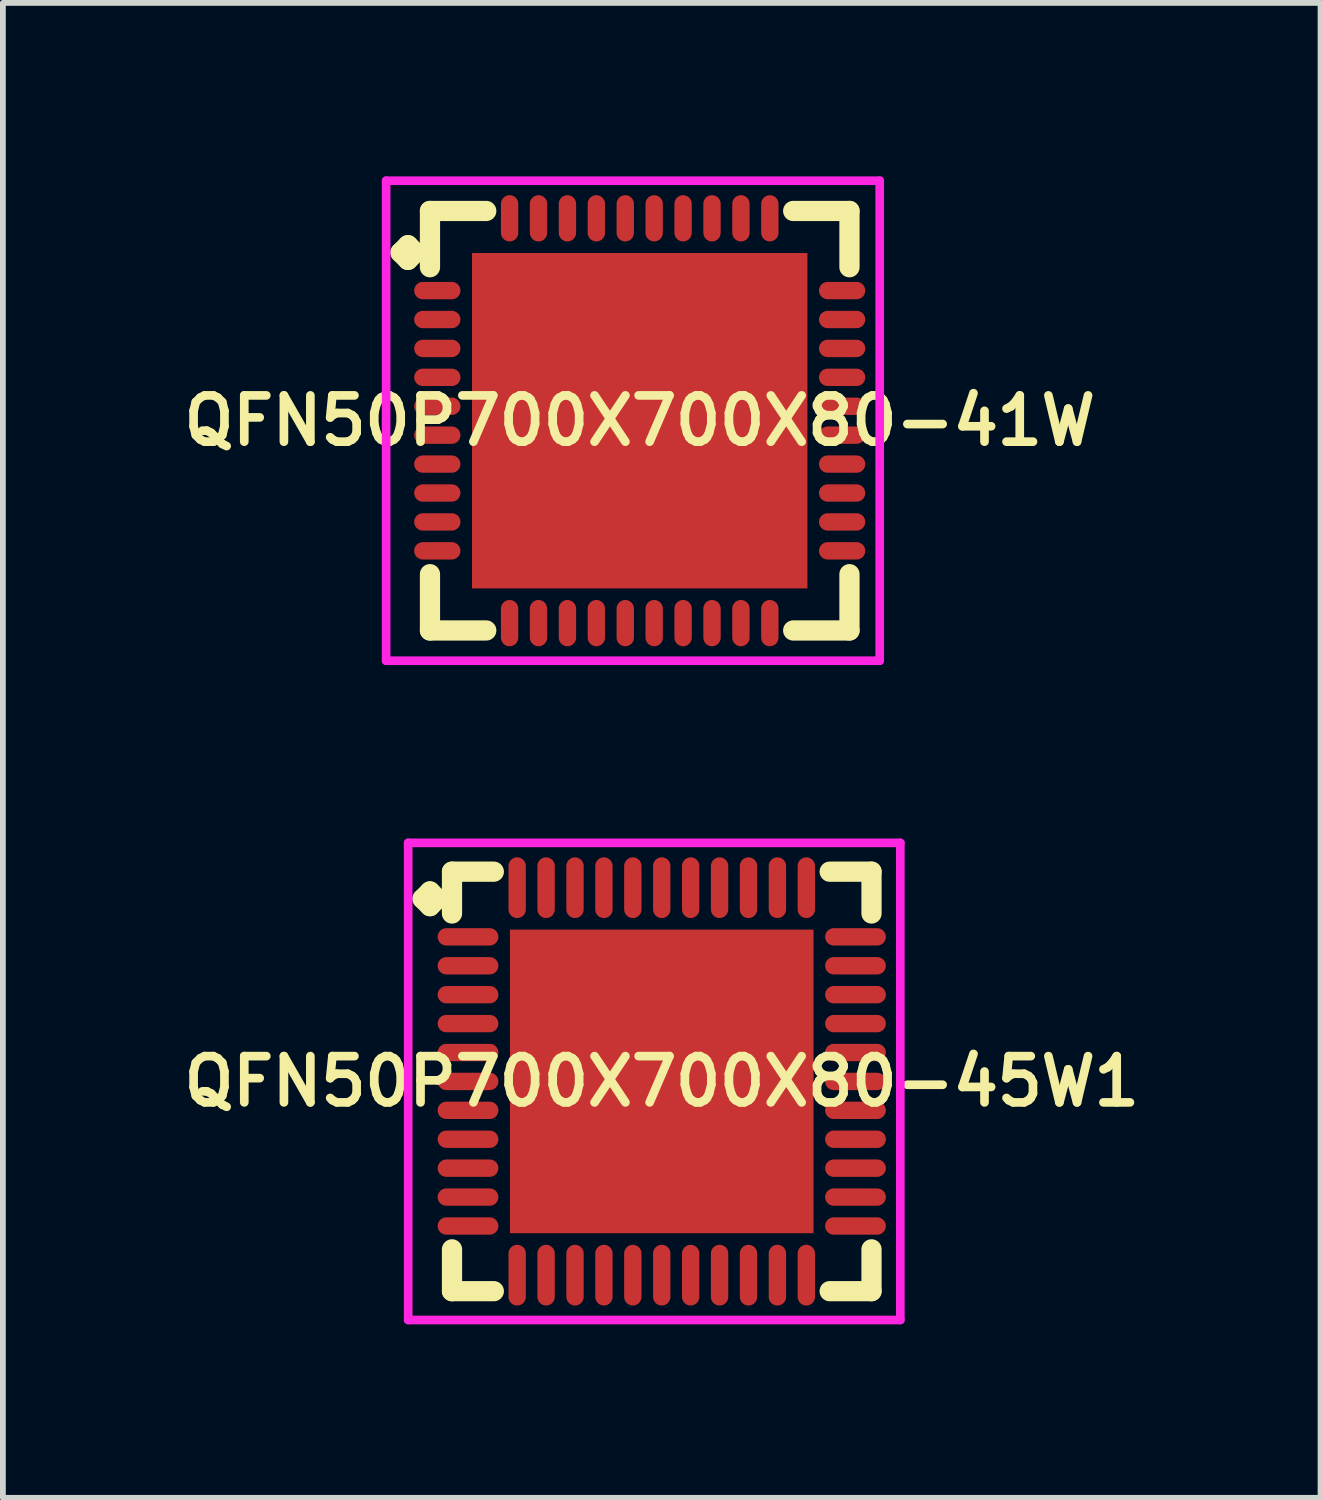
<source format=kicad_pcb>
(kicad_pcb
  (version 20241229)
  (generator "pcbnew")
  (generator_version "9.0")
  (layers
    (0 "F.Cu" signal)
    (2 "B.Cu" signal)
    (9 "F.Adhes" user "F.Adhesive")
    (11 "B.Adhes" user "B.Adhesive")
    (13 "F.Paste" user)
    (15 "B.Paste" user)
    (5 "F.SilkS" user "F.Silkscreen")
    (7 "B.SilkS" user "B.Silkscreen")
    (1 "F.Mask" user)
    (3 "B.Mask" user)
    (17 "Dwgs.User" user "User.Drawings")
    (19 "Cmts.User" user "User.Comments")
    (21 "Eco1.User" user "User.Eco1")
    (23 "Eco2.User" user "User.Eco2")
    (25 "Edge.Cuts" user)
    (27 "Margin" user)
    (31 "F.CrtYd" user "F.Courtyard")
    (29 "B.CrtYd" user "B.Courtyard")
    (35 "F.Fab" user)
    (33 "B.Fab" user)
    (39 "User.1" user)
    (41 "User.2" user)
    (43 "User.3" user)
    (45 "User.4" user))
  (footprint "QFN50P700X700X80-41W"
    (layer "F.Cu")
    (at 8.012 4.225)
    (property "Reference" "QFN50P700X700X80-41W" (at 0 0 0) (layer "F.SilkS") (effects (font (size 0.8 0.8) (thickness 0.15))))
    (attr smd)
    (fp_line (start -4.135 -2.908) (end -4.008 -3.035) (stroke (width 0.35) (type solid)) (layer "F.SilkS"))
    (fp_line (start -4.008 -3.035) (end -3.881 -2.908) (stroke (width 0.35) (type solid)) (layer "F.SilkS"))
    (fp_line (start -4.008 -2.781) (end -4.135 -2.908) (stroke (width 0.35) (type solid)) (layer "F.SilkS"))
    (fp_line (start -3.881 -2.908) (end -4.008 -2.781) (stroke (width 0.35) (type solid)) (layer "F.SilkS"))
    (fp_line (start -3.627 -3.627) (end -2.654 -3.627) (stroke (width 0.35) (type solid)) (layer "F.SilkS"))
    (fp_line (start -3.627 -2.654) (end -3.627 -3.627) (stroke (width 0.35) (type solid)) (layer "F.SilkS"))
    (fp_line (start -3.627 2.654) (end -3.627 3.627) (stroke (width 0.35) (type solid)) (layer "F.SilkS"))
    (fp_line (start -3.627 3.627) (end -2.654 3.627) (stroke (width 0.35) (type solid)) (layer "F.SilkS"))
    (fp_line (start 2.654 -3.627) (end 3.627 -3.627) (stroke (width 0.35) (type solid)) (layer "F.SilkS"))
    (fp_line (start 2.654 3.627) (end 3.627 3.627) (stroke (width 0.35) (type solid)) (layer "F.SilkS"))
    (fp_line (start 3.627 -3.627) (end 3.627 -2.654) (stroke (width 0.35) (type solid)) (layer "F.SilkS"))
    (fp_line (start 3.627 3.627) (end 3.627 2.654) (stroke (width 0.35) (type solid)) (layer "F.SilkS"))
    (fp_line (start -4.385 -4.15) (end 4.15 -4.15) (stroke (width 0.15) (type solid)) (layer "F.CrtYd"))
    (fp_line (start -4.385 4.15) (end -4.385 -4.15) (stroke (width 0.15) (type solid)) (layer "F.CrtYd"))
    (fp_line (start 4.15 -4.15) (end 4.15 4.15) (stroke (width 0.15) (type solid)) (layer "F.CrtYd"))
    (fp_line (start 4.15 4.15) (end -4.385 4.15) (stroke (width 0.15) (type solid)) (layer "F.CrtYd"))
    (pad "1" smd oval (at -3.5 -2.25) (size 0.8 0.3) (layers "F.Cu" "F.Mask" "F.Paste"))
    (pad "2" smd oval (at -3.5 -1.75) (size 0.8 0.3) (layers "F.Cu" "F.Mask" "F.Paste"))
    (pad "3" smd oval (at -3.5 -1.25) (size 0.8 0.3) (layers "F.Cu" "F.Mask" "F.Paste"))
    (pad "4" smd oval (at -3.5 -0.75) (size 0.8 0.3) (layers "F.Cu" "F.Mask" "F.Paste"))
    (pad "5" smd oval (at -3.5 -0.25) (size 0.8 0.3) (layers "F.Cu" "F.Mask" "F.Paste"))
    (pad "6" smd oval (at -3.5 0.25) (size 0.8 0.3) (layers "F.Cu" "F.Mask" "F.Paste"))
    (pad "7" smd oval (at -3.5 0.75) (size 0.8 0.3) (layers "F.Cu" "F.Mask" "F.Paste"))
    (pad "8" smd oval (at -3.5 1.25) (size 0.8 0.3) (layers "F.Cu" "F.Mask" "F.Paste"))
    (pad "9" smd oval (at -3.5 1.75) (size 0.8 0.3) (layers "F.Cu" "F.Mask" "F.Paste"))
    (pad "10" smd oval (at -3.5 2.25) (size 0.8 0.3) (layers "F.Cu" "F.Mask" "F.Paste"))
    (pad "11" smd oval (at -2.25 3.5) (size 0.3 0.8) (layers "F.Cu" "F.Mask" "F.Paste"))
    (pad "12" smd oval (at -1.75 3.5) (size 0.3 0.8) (layers "F.Cu" "F.Mask" "F.Paste"))
    (pad "13" smd oval (at -1.25 3.5) (size 0.3 0.8) (layers "F.Cu" "F.Mask" "F.Paste"))
    (pad "14" smd oval (at -0.75 3.5) (size 0.3 0.8) (layers "F.Cu" "F.Mask" "F.Paste"))
    (pad "15" smd oval (at -0.25 3.5) (size 0.3 0.8) (layers "F.Cu" "F.Mask" "F.Paste"))
    (pad "16" smd oval (at 0.25 3.5) (size 0.3 0.8) (layers "F.Cu" "F.Mask" "F.Paste"))
    (pad "17" smd oval (at 0.75 3.5) (size 0.3 0.8) (layers "F.Cu" "F.Mask" "F.Paste"))
    (pad "18" smd oval (at 1.25 3.5) (size 0.3 0.8) (layers "F.Cu" "F.Mask" "F.Paste"))
    (pad "19" smd oval (at 1.75 3.5) (size 0.3 0.8) (layers "F.Cu" "F.Mask" "F.Paste"))
    (pad "20" smd oval (at 2.25 3.5) (size 0.3 0.8) (layers "F.Cu" "F.Mask" "F.Paste"))
    (pad "21" smd oval (at 3.5 2.25) (size 0.8 0.3) (layers "F.Cu" "F.Mask" "F.Paste"))
    (pad "22" smd oval (at 3.5 1.75) (size 0.8 0.3) (layers "F.Cu" "F.Mask" "F.Paste"))
    (pad "23" smd oval (at 3.5 1.25) (size 0.8 0.3) (layers "F.Cu" "F.Mask" "F.Paste"))
    (pad "24" smd oval (at 3.5 0.75) (size 0.8 0.3) (layers "F.Cu" "F.Mask" "F.Paste"))
    (pad "25" smd oval (at 3.5 0.25) (size 0.8 0.3) (layers "F.Cu" "F.Mask" "F.Paste"))
    (pad "26" smd oval (at 3.5 -0.25) (size 0.8 0.3) (layers "F.Cu" "F.Mask" "F.Paste"))
    (pad "27" smd oval (at 3.5 -0.75) (size 0.8 0.3) (layers "F.Cu" "F.Mask" "F.Paste"))
    (pad "28" smd oval (at 3.5 -1.25) (size 0.8 0.3) (layers "F.Cu" "F.Mask" "F.Paste"))
    (pad "29" smd oval (at 3.5 -1.75) (size 0.8 0.3) (layers "F.Cu" "F.Mask" "F.Paste"))
    (pad "30" smd oval (at 3.5 -2.25) (size 0.8 0.3) (layers "F.Cu" "F.Mask" "F.Paste"))
    (pad "31" smd oval (at 2.25 -3.5) (size 0.3 0.8) (layers "F.Cu" "F.Mask" "F.Paste"))
    (pad "32" smd oval (at 1.75 -3.5) (size 0.3 0.8) (layers "F.Cu" "F.Mask" "F.Paste"))
    (pad "33" smd oval (at 1.25 -3.5) (size 0.3 0.8) (layers "F.Cu" "F.Mask" "F.Paste"))
    (pad "34" smd oval (at 0.75 -3.5) (size 0.3 0.8) (layers "F.Cu" "F.Mask" "F.Paste"))
    (pad "35" smd oval (at 0.25 -3.5) (size 0.3 0.8) (layers "F.Cu" "F.Mask" "F.Paste"))
    (pad "36" smd oval (at -0.25 -3.5) (size 0.3 0.8) (layers "F.Cu" "F.Mask" "F.Paste"))
    (pad "37" smd oval (at -0.75 -3.5) (size 0.3 0.8) (layers "F.Cu" "F.Mask" "F.Paste"))
    (pad "38" smd oval (at -1.25 -3.5) (size 0.3 0.8) (layers "F.Cu" "F.Mask" "F.Paste"))
    (pad "39" smd oval (at -1.75 -3.5) (size 0.3 0.8) (layers "F.Cu" "F.Mask" "F.Paste"))
    (pad "40" smd oval (at -2.25 -3.5) (size 0.3 0.8) (layers "F.Cu" "F.Mask" "F.Paste"))
    (pad "41" smd rect (at 0 0) (size 5.8 5.8) (layers "F.Cu" "F.Mask" "F.Paste")))
  (footprint "QFN50P700X700X80-45W1"
    (layer "F.Cu")
    (at 8.393 15.65)
    (property "Reference" "QFN50P700X700X80-45W1" (at 0 0 0) (layer "F.SilkS") (effects (font (size 0.8 0.8) (thickness 0.15))))
    (attr smd)
    (fp_line (start -4.135 -3.158) (end -4.008 -3.285) (stroke (width 0.35) (type solid)) (layer "F.SilkS"))
    (fp_line (start -4.008 -3.285) (end -3.881 -3.158) (stroke (width 0.35) (type solid)) (layer "F.SilkS"))
    (fp_line (start -4.008 -3.031) (end -4.135 -3.158) (stroke (width 0.35) (type solid)) (layer "F.SilkS"))
    (fp_line (start -3.881 -3.158) (end -4.008 -3.031) (stroke (width 0.35) (type solid)) (layer "F.SilkS"))
    (fp_line (start -3.627 -3.627) (end -2.904 -3.627) (stroke (width 0.35) (type solid)) (layer "F.SilkS"))
    (fp_line (start -3.627 -2.904) (end -3.627 -3.627) (stroke (width 0.35) (type solid)) (layer "F.SilkS"))
    (fp_line (start -3.627 2.904) (end -3.627 3.627) (stroke (width 0.35) (type solid)) (layer "F.SilkS"))
    (fp_line (start -3.627 3.627) (end -2.904 3.627) (stroke (width 0.35) (type solid)) (layer "F.SilkS"))
    (fp_line (start 2.904 -3.627) (end 3.627 -3.627) (stroke (width 0.35) (type solid)) (layer "F.SilkS"))
    (fp_line (start 2.904 3.627) (end 3.627 3.627) (stroke (width 0.35) (type solid)) (layer "F.SilkS"))
    (fp_line (start 3.627 -3.627) (end 3.627 -2.904) (stroke (width 0.35) (type solid)) (layer "F.SilkS"))
    (fp_line (start 3.627 3.627) (end 3.627 2.904) (stroke (width 0.35) (type solid)) (layer "F.SilkS"))
    (fp_line (start -4.385 -4.125) (end 4.125 -4.125) (stroke (width 0.15) (type solid)) (layer "F.CrtYd"))
    (fp_line (start -4.385 4.125) (end -4.385 -4.125) (stroke (width 0.15) (type solid)) (layer "F.CrtYd"))
    (fp_line (start 4.125 -4.125) (end 4.125 4.125) (stroke (width 0.15) (type solid)) (layer "F.CrtYd"))
    (fp_line (start 4.125 4.125) (end -4.385 4.125) (stroke (width 0.15) (type solid)) (layer "F.CrtYd"))
    (pad "1" smd oval (at -3.35 -2.5) (size 1.05 0.3) (layers "F.Cu" "F.Mask" "F.Paste"))
    (pad "2" smd oval (at -3.35 -2) (size 1.05 0.3) (layers "F.Cu" "F.Mask" "F.Paste"))
    (pad "3" smd oval (at -3.35 -1.5) (size 1.05 0.3) (layers "F.Cu" "F.Mask" "F.Paste"))
    (pad "4" smd oval (at -3.35 -1) (size 1.05 0.3) (layers "F.Cu" "F.Mask" "F.Paste"))
    (pad "5" smd oval (at -3.35 -0.5) (size 1.05 0.3) (layers "F.Cu" "F.Mask" "F.Paste"))
    (pad "6" smd oval (at -3.35 0) (size 1.05 0.3) (layers "F.Cu" "F.Mask" "F.Paste"))
    (pad "7" smd oval (at -3.35 0.5) (size 1.05 0.3) (layers "F.Cu" "F.Mask" "F.Paste"))
    (pad "8" smd oval (at -3.35 1) (size 1.05 0.3) (layers "F.Cu" "F.Mask" "F.Paste"))
    (pad "9" smd oval (at -3.35 1.5) (size 1.05 0.3) (layers "F.Cu" "F.Mask" "F.Paste"))
    (pad "10" smd oval (at -3.35 2) (size 1.05 0.3) (layers "F.Cu" "F.Mask" "F.Paste"))
    (pad "11" smd oval (at -3.35 2.5) (size 1.05 0.3) (layers "F.Cu" "F.Mask" "F.Paste"))
    (pad "12" smd oval (at -2.5 3.35) (size 0.3 1.05) (layers "F.Cu" "F.Mask" "F.Paste"))
    (pad "13" smd oval (at -2 3.35) (size 0.3 1.05) (layers "F.Cu" "F.Mask" "F.Paste"))
    (pad "14" smd oval (at -1.5 3.35) (size 0.3 1.05) (layers "F.Cu" "F.Mask" "F.Paste"))
    (pad "15" smd oval (at -1 3.35) (size 0.3 1.05) (layers "F.Cu" "F.Mask" "F.Paste"))
    (pad "16" smd oval (at -0.5 3.35) (size 0.3 1.05) (layers "F.Cu" "F.Mask" "F.Paste"))
    (pad "17" smd oval (at 0 3.35) (size 0.3 1.05) (layers "F.Cu" "F.Mask" "F.Paste"))
    (pad "18" smd oval (at 0.5 3.35) (size 0.3 1.05) (layers "F.Cu" "F.Mask" "F.Paste"))
    (pad "19" smd oval (at 1 3.35) (size 0.3 1.05) (layers "F.Cu" "F.Mask" "F.Paste"))
    (pad "20" smd oval (at 1.5 3.35) (size 0.3 1.05) (layers "F.Cu" "F.Mask" "F.Paste"))
    (pad "21" smd oval (at 2 3.35) (size 0.3 1.05) (layers "F.Cu" "F.Mask" "F.Paste"))
    (pad "22" smd oval (at 2.5 3.35) (size 0.3 1.05) (layers "F.Cu" "F.Mask" "F.Paste"))
    (pad "23" smd oval (at 3.35 2.5) (size 1.05 0.3) (layers "F.Cu" "F.Mask" "F.Paste"))
    (pad "24" smd oval (at 3.35 2) (size 1.05 0.3) (layers "F.Cu" "F.Mask" "F.Paste"))
    (pad "25" smd oval (at 3.35 1.5) (size 1.05 0.3) (layers "F.Cu" "F.Mask" "F.Paste"))
    (pad "26" smd oval (at 3.35 1) (size 1.05 0.3) (layers "F.Cu" "F.Mask" "F.Paste"))
    (pad "27" smd oval (at 3.35 0.5) (size 1.05 0.3) (layers "F.Cu" "F.Mask" "F.Paste"))
    (pad "28" smd oval (at 3.35 0) (size 1.05 0.3) (layers "F.Cu" "F.Mask" "F.Paste"))
    (pad "29" smd oval (at 3.35 -0.5) (size 1.05 0.3) (layers "F.Cu" "F.Mask" "F.Paste"))
    (pad "30" smd oval (at 3.35 -1) (size 1.05 0.3) (layers "F.Cu" "F.Mask" "F.Paste"))
    (pad "31" smd oval (at 3.35 -1.5) (size 1.05 0.3) (layers "F.Cu" "F.Mask" "F.Paste"))
    (pad "32" smd oval (at 3.35 -2) (size 1.05 0.3) (layers "F.Cu" "F.Mask" "F.Paste"))
    (pad "33" smd oval (at 3.35 -2.5) (size 1.05 0.3) (layers "F.Cu" "F.Mask" "F.Paste"))
    (pad "34" smd oval (at 2.5 -3.35) (size 0.3 1.05) (layers "F.Cu" "F.Mask" "F.Paste"))
    (pad "35" smd oval (at 2 -3.35) (size 0.3 1.05) (layers "F.Cu" "F.Mask" "F.Paste"))
    (pad "36" smd oval (at 1.5 -3.35) (size 0.3 1.05) (layers "F.Cu" "F.Mask" "F.Paste"))
    (pad "37" smd oval (at 1 -3.35) (size 0.3 1.05) (layers "F.Cu" "F.Mask" "F.Paste"))
    (pad "38" smd oval (at 0.5 -3.35) (size 0.3 1.05) (layers "F.Cu" "F.Mask" "F.Paste"))
    (pad "39" smd oval (at 0 -3.35) (size 0.3 1.05) (layers "F.Cu" "F.Mask" "F.Paste"))
    (pad "40" smd oval (at -0.5 -3.35) (size 0.3 1.05) (layers "F.Cu" "F.Mask" "F.Paste"))
    (pad "41" smd oval (at -1 -3.35) (size 0.3 1.05) (layers "F.Cu" "F.Mask" "F.Paste"))
    (pad "42" smd oval (at -1.5 -3.35) (size 0.3 1.05) (layers "F.Cu" "F.Mask" "F.Paste"))
    (pad "43" smd oval (at -2 -3.35) (size 0.3 1.05) (layers "F.Cu" "F.Mask" "F.Paste"))
    (pad "44" smd oval (at -2.5 -3.35) (size 0.3 1.05) (layers "F.Cu" "F.Mask" "F.Paste"))
    (pad "45" smd rect (at 0 0) (size 5.25 5.25) (layers "F.Cu" "F.Mask" "F.Paste")))
  (gr_rect
    (start -3 -3)
    (end 19.785 22.85)
    (stroke (width 0.1) (type default))
    (fill no)
    (layer "Edge.Cuts")))
</source>
